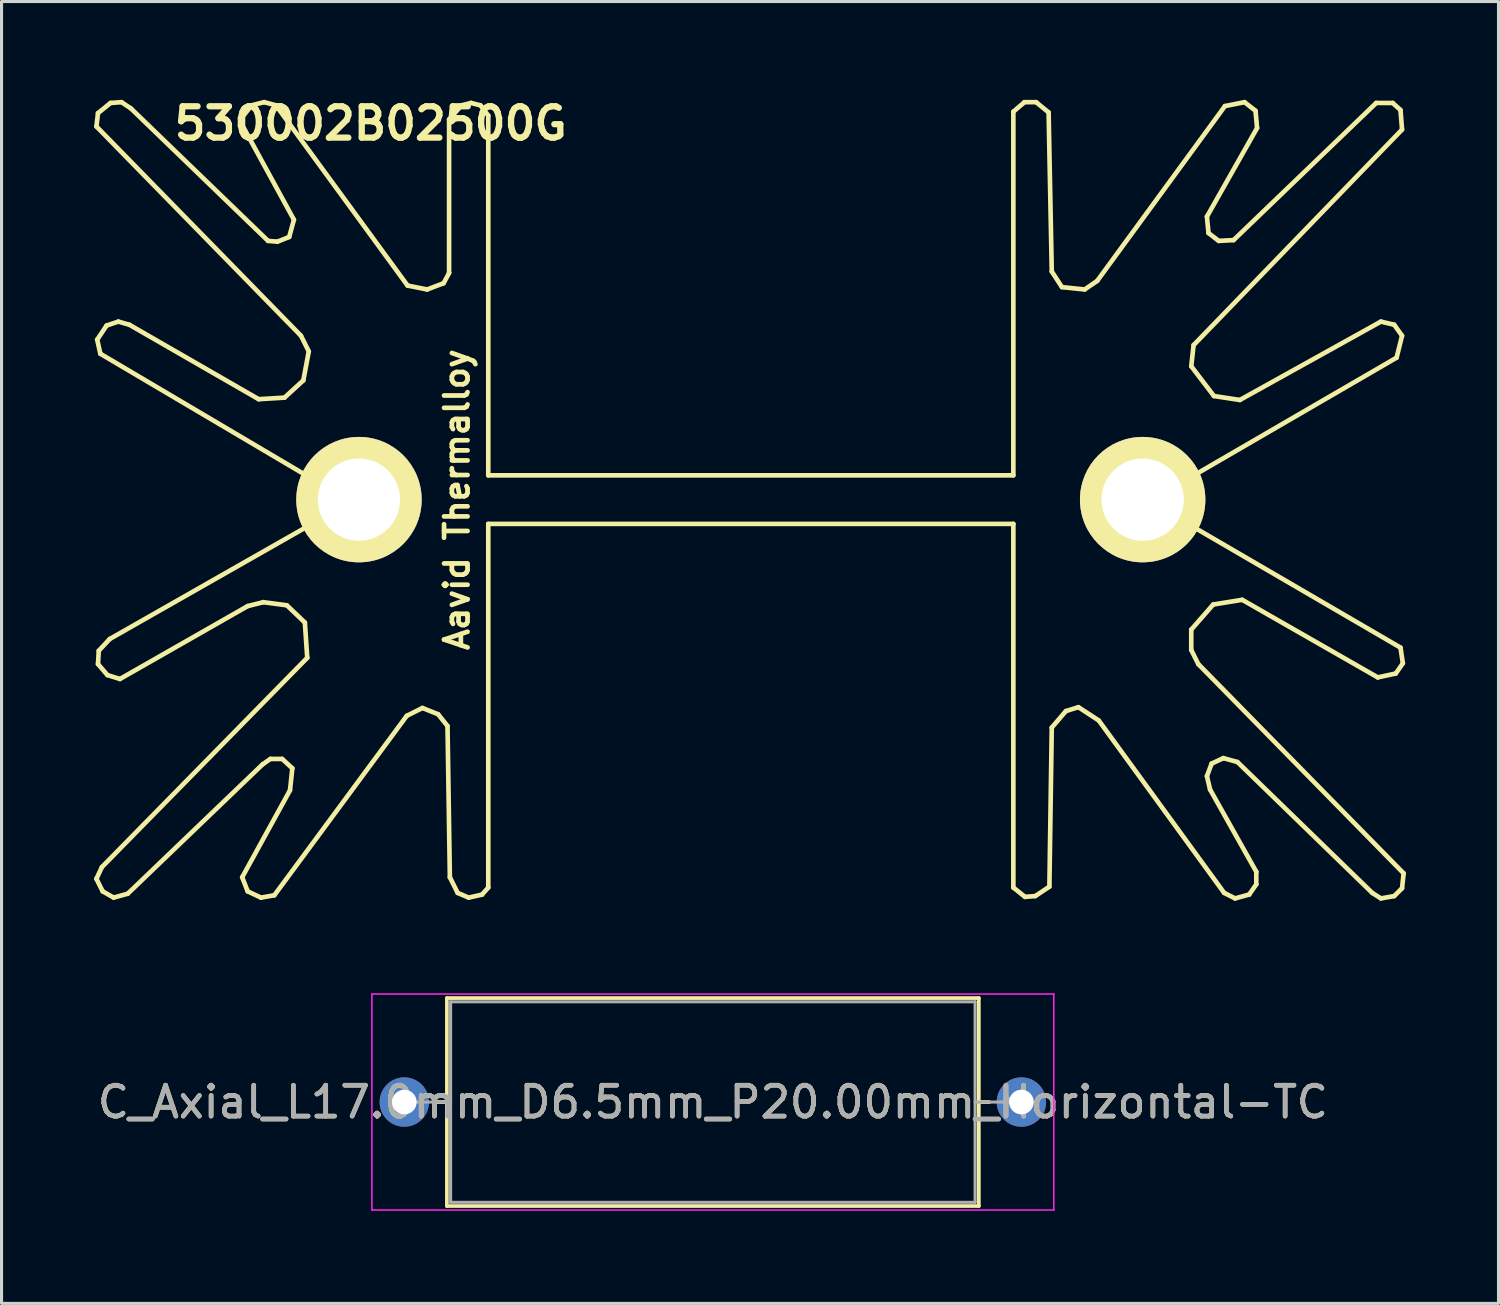
<source format=kicad_pcb>
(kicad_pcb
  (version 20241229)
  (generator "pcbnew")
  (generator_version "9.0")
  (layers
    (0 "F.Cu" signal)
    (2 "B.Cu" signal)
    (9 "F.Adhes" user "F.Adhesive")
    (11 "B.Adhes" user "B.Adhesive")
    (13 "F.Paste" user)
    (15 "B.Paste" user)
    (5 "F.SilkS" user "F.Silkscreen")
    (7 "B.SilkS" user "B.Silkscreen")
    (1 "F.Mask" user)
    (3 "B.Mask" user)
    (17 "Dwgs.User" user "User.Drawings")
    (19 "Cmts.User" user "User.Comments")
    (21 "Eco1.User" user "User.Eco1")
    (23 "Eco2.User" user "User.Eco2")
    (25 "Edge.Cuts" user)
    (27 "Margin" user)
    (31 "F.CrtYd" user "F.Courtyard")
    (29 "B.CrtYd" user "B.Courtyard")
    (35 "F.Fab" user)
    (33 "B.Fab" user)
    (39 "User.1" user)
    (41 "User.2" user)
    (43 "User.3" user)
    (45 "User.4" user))
  (footprint "530002B02500G"
    (layer "F.Cu")
    (at 21.284 13.143)
    (property "Reference" "530002B02500G" (at -12.319 -12.192 0) (layer "F.SilkS") (effects (font (size 1.016 1.016) (thickness 0.203))))
    (attr through_hole)
    (fp_line (start -21.209 -12.094) (end -21.158 -12.526) (stroke (width 0.15) (type solid)) (layer "F.SilkS"))
    (fp_line (start -21.209 12.29) (end -21.031 11.909) (stroke (width 0.15) (type solid)) (layer "F.SilkS"))
    (fp_line (start -21.184 -5.185) (end -20.879 -5.643) (stroke (width 0.15) (type solid)) (layer "F.SilkS"))
    (fp_line (start -21.158 -12.526) (end -20.752 -12.856) (stroke (width 0.15) (type solid)) (layer "F.SilkS"))
    (fp_line (start -21.158 5.33) (end -21.133 4.898) (stroke (width 0.15) (type solid)) (layer "F.SilkS"))
    (fp_line (start -21.133 4.898) (end -20.777 4.517) (stroke (width 0.15) (type solid)) (layer "F.SilkS"))
    (fp_line (start -21.082 -4.728) (end -21.184 -5.185) (stroke (width 0.15) (type solid)) (layer "F.SilkS"))
    (fp_line (start -21.031 11.909) (end -14.376 5.127) (stroke (width 0.15) (type solid)) (layer "F.SilkS"))
    (fp_line (start -21.006 12.696) (end -21.209 12.29) (stroke (width 0.15) (type solid)) (layer "F.SilkS"))
    (fp_line (start -20.879 -5.643) (end -20.498 -5.77) (stroke (width 0.15) (type solid)) (layer "F.SilkS"))
    (fp_line (start -20.853 5.686) (end -21.158 5.33) (stroke (width 0.15) (type solid)) (layer "F.SilkS"))
    (fp_line (start -20.777 4.517) (end -13.818 0.555) (stroke (width 0.15) (type solid)) (layer "F.SilkS"))
    (fp_line (start -20.752 -12.856) (end -20.396 -12.882) (stroke (width 0.15) (type solid)) (layer "F.SilkS"))
    (fp_line (start -20.65 12.899) (end -21.006 12.696) (stroke (width 0.15) (type solid)) (layer "F.SilkS"))
    (fp_line (start -20.498 -5.77) (end -20.142 -5.668) (stroke (width 0.15) (type solid)) (layer "F.SilkS"))
    (fp_line (start -20.447 5.813) (end -20.853 5.686) (stroke (width 0.15) (type solid)) (layer "F.SilkS"))
    (fp_line (start -20.396 -12.882) (end -20.091 -12.678) (stroke (width 0.15) (type solid)) (layer "F.SilkS"))
    (fp_line (start -20.193 12.772) (end -20.65 12.899) (stroke (width 0.15) (type solid)) (layer "F.SilkS"))
    (fp_line (start -20.142 -5.668) (end -15.951 -3.255) (stroke (width 0.15) (type solid)) (layer "F.SilkS"))
    (fp_line (start -20.091 -12.678) (end -15.646 -8.386) (stroke (width 0.15) (type solid)) (layer "F.SilkS"))
    (fp_line (start -16.485 12.239) (end -14.935 9.42) (stroke (width 0.15) (type solid)) (layer "F.SilkS"))
    (fp_line (start -16.459 -12.424) (end -16.18 -12.78) (stroke (width 0.15) (type solid)) (layer "F.SilkS"))
    (fp_line (start -16.459 -12.094) (end -16.459 -12.424) (stroke (width 0.15) (type solid)) (layer "F.SilkS"))
    (fp_line (start -16.307 3.451) (end -20.447 5.813) (stroke (width 0.15) (type solid)) (layer "F.SilkS"))
    (fp_line (start -16.307 12.696) (end -16.485 12.239) (stroke (width 0.15) (type solid)) (layer "F.SilkS"))
    (fp_line (start -16.18 -12.78) (end -15.773 -12.882) (stroke (width 0.15) (type solid)) (layer "F.SilkS"))
    (fp_line (start -15.951 -3.255) (end -15.113 -3.306) (stroke (width 0.15) (type solid)) (layer "F.SilkS"))
    (fp_line (start -15.875 12.899) (end -16.307 12.696) (stroke (width 0.15) (type solid)) (layer "F.SilkS"))
    (fp_line (start -15.824 8.581) (end -20.193 12.772) (stroke (width 0.15) (type solid)) (layer "F.SilkS"))
    (fp_line (start -15.799 3.324) (end -16.307 3.451) (stroke (width 0.15) (type solid)) (layer "F.SilkS"))
    (fp_line (start -15.773 -12.882) (end -15.392 -12.78) (stroke (width 0.15) (type solid)) (layer "F.SilkS"))
    (fp_line (start -15.646 -8.386) (end -15.342 -8.36) (stroke (width 0.15) (type solid)) (layer "F.SilkS"))
    (fp_line (start -15.57 8.404) (end -15.824 8.581) (stroke (width 0.15) (type solid)) (layer "F.SilkS"))
    (fp_line (start -15.443 12.823) (end -15.875 12.899) (stroke (width 0.15) (type solid)) (layer "F.SilkS"))
    (fp_line (start -15.392 -12.78) (end -11.125 -6.938) (stroke (width 0.15) (type solid)) (layer "F.SilkS"))
    (fp_line (start -15.342 -8.36) (end -14.961 -8.513) (stroke (width 0.15) (type solid)) (layer "F.SilkS"))
    (fp_line (start -15.189 8.404) (end -15.57 8.404) (stroke (width 0.15) (type solid)) (layer "F.SilkS"))
    (fp_line (start -15.113 -3.306) (end -14.503 -3.865) (stroke (width 0.15) (type solid)) (layer "F.SilkS"))
    (fp_line (start -15.037 3.425) (end -15.799 3.324) (stroke (width 0.15) (type solid)) (layer "F.SilkS"))
    (fp_line (start -14.961 -8.513) (end -14.808 -9.072) (stroke (width 0.15) (type solid)) (layer "F.SilkS"))
    (fp_line (start -14.935 9.42) (end -14.859 8.708) (stroke (width 0.15) (type solid)) (layer "F.SilkS"))
    (fp_line (start -14.859 8.708) (end -15.189 8.404) (stroke (width 0.15) (type solid)) (layer "F.SilkS"))
    (fp_line (start -14.808 -9.072) (end -16.459 -12.094) (stroke (width 0.15) (type solid)) (layer "F.SilkS"))
    (fp_line (start -14.58 -5.312) (end -21.209 -12.094) (stroke (width 0.15) (type solid)) (layer "F.SilkS"))
    (fp_line (start -14.503 -3.865) (end -14.326 -4.804) (stroke (width 0.15) (type solid)) (layer "F.SilkS"))
    (fp_line (start -14.453 3.984) (end -15.037 3.425) (stroke (width 0.15) (type solid)) (layer "F.SilkS"))
    (fp_line (start -14.376 5.127) (end -14.453 3.984) (stroke (width 0.15) (type solid)) (layer "F.SilkS"))
    (fp_line (start -14.326 -4.804) (end -14.58 -5.312) (stroke (width 0.15) (type solid)) (layer "F.SilkS"))
    (fp_line (start -13.818 -0.436) (end -21.082 -4.728) (stroke (width 0.15) (type solid)) (layer "F.SilkS"))
    (fp_line (start -11.151 7.007) (end -15.443 12.823) (stroke (width 0.15) (type solid)) (layer "F.SilkS"))
    (fp_line (start -11.125 -6.938) (end -10.49 -6.811) (stroke (width 0.15) (type solid)) (layer "F.SilkS"))
    (fp_line (start -10.643 6.753) (end -11.151 7.007) (stroke (width 0.15) (type solid)) (layer "F.SilkS"))
    (fp_line (start -10.49 -6.811) (end -9.957 -7.014) (stroke (width 0.15) (type solid)) (layer "F.SilkS"))
    (fp_line (start -10.135 6.956) (end -10.643 6.753) (stroke (width 0.15) (type solid)) (layer "F.SilkS"))
    (fp_line (start -9.957 -7.014) (end -9.779 -7.344) (stroke (width 0.15) (type solid)) (layer "F.SilkS"))
    (fp_line (start -9.83 7.337) (end -10.135 6.956) (stroke (width 0.15) (type solid)) (layer "F.SilkS"))
    (fp_line (start -9.779 -12.323) (end -9.373 -12.78) (stroke (width 0.15) (type solid)) (layer "F.SilkS"))
    (fp_line (start -9.779 -7.344) (end -9.779 -12.323) (stroke (width 0.15) (type solid)) (layer "F.SilkS"))
    (fp_line (start -9.754 12.239) (end -9.83 7.337) (stroke (width 0.15) (type solid)) (layer "F.SilkS"))
    (fp_line (start -9.5 12.747) (end -9.754 12.239) (stroke (width 0.15) (type solid)) (layer "F.SilkS"))
    (fp_line (start -9.373 -12.78) (end -9.068 -12.856) (stroke (width 0.15) (type solid)) (layer "F.SilkS"))
    (fp_line (start -9.144 12.899) (end -9.5 12.747) (stroke (width 0.15) (type solid)) (layer "F.SilkS"))
    (fp_line (start -9.068 -12.856) (end -8.763 -12.78) (stroke (width 0.15) (type solid)) (layer "F.SilkS"))
    (fp_line (start -8.712 12.802) (end -9.144 12.899) (stroke (width 0.15) (type solid)) (layer "F.SilkS"))
    (fp_line (start -8.712 12.802) (end -8.509 12.573) (stroke (width 0.15) (type solid)) (layer "F.SilkS"))
    (fp_line (start -8.509 -12.446) (end -8.763 -12.776) (stroke (width 0.15) (type solid)) (layer "F.SilkS"))
    (fp_line (start -8.509 -0.787) (end -8.509 -12.446) (stroke (width 0.15) (type solid)) (layer "F.SilkS"))
    (fp_line (start -8.509 -0.787) (end 8.509 -0.787) (stroke (width 0.15) (type solid)) (layer "F.SilkS"))
    (fp_line (start -8.509 0.787) (end -8.509 12.573) (stroke (width 0.15) (type solid)) (layer "F.SilkS"))
    (fp_line (start -8.509 0.787) (end 8.509 0.787) (stroke (width 0.15) (type solid)) (layer "F.SilkS"))
    (fp_line (start 8.509 -0.787) (end 8.509 -12.573) (stroke (width 0.15) (type solid)) (layer "F.SilkS"))
    (fp_line (start 8.509 0.787) (end 8.509 12.573) (stroke (width 0.15) (type solid)) (layer "F.SilkS"))
    (fp_line (start 8.865 -12.882) (end 9.246 -12.882) (stroke (width 0.15) (type solid)) (layer "F.SilkS"))
    (fp_line (start 8.865 -12.878) (end 8.509 -12.573) (stroke (width 0.15) (type solid)) (layer "F.SilkS"))
    (fp_line (start 8.89 12.878) (end 8.509 12.573) (stroke (width 0.15) (type solid)) (layer "F.SilkS"))
    (fp_line (start 9.22 12.849) (end 8.89 12.874) (stroke (width 0.15) (type solid)) (layer "F.SilkS"))
    (fp_line (start 9.246 -12.882) (end 9.652 -12.551) (stroke (width 0.15) (type solid)) (layer "F.SilkS"))
    (fp_line (start 9.652 -12.551) (end 9.754 -7.395) (stroke (width 0.15) (type solid)) (layer "F.SilkS"))
    (fp_line (start 9.677 12.544) (end 9.22 12.849) (stroke (width 0.15) (type solid)) (layer "F.SilkS"))
    (fp_line (start 9.754 -7.395) (end 10.084 -6.887) (stroke (width 0.15) (type solid)) (layer "F.SilkS"))
    (fp_line (start 9.754 7.388) (end 9.677 12.544) (stroke (width 0.15) (type solid)) (layer "F.SilkS"))
    (fp_line (start 10.084 -6.887) (end 10.82 -6.811) (stroke (width 0.15) (type solid)) (layer "F.SilkS"))
    (fp_line (start 10.211 6.854) (end 9.754 7.388) (stroke (width 0.15) (type solid)) (layer "F.SilkS"))
    (fp_line (start 10.617 6.727) (end 10.211 6.854) (stroke (width 0.15) (type solid)) (layer "F.SilkS"))
    (fp_line (start 10.82 -6.811) (end 11.227 -7.09) (stroke (width 0.15) (type solid)) (layer "F.SilkS"))
    (fp_line (start 11.227 -7.09) (end 15.367 -12.755) (stroke (width 0.15) (type solid)) (layer "F.SilkS"))
    (fp_line (start 11.278 7.159) (end 10.617 6.727) (stroke (width 0.15) (type solid)) (layer "F.SilkS"))
    (fp_line (start 13.818 0.58) (end 21.057 4.797) (stroke (width 0.15) (type solid)) (layer "F.SilkS"))
    (fp_line (start 14.275 -4.322) (end 15.011 -3.357) (stroke (width 0.15) (type solid)) (layer "F.SilkS"))
    (fp_line (start 14.275 4.213) (end 14.275 4.873) (stroke (width 0.15) (type solid)) (layer "F.SilkS"))
    (fp_line (start 14.275 4.873) (end 14.503 5.33) (stroke (width 0.15) (type solid)) (layer "F.SilkS"))
    (fp_line (start 14.351 -5.008) (end 14.275 -4.322) (stroke (width 0.15) (type solid)) (layer "F.SilkS"))
    (fp_line (start 14.503 5.33) (end 21.158 12.112) (stroke (width 0.15) (type solid)) (layer "F.SilkS"))
    (fp_line (start 14.783 -9.173) (end 14.834 -8.64) (stroke (width 0.15) (type solid)) (layer "F.SilkS"))
    (fp_line (start 14.783 8.962) (end 14.884 9.394) (stroke (width 0.15) (type solid)) (layer "F.SilkS"))
    (fp_line (start 14.834 -8.64) (end 15.164 -8.386) (stroke (width 0.15) (type solid)) (layer "F.SilkS"))
    (fp_line (start 14.884 9.394) (end 16.383 12.061) (stroke (width 0.15) (type solid)) (layer "F.SilkS"))
    (fp_line (start 14.935 8.556) (end 14.783 8.962) (stroke (width 0.15) (type solid)) (layer "F.SilkS"))
    (fp_line (start 14.986 3.4) (end 14.275 4.213) (stroke (width 0.15) (type solid)) (layer "F.SilkS"))
    (fp_line (start 15.011 -3.357) (end 15.85 -3.23) (stroke (width 0.15) (type solid)) (layer "F.SilkS"))
    (fp_line (start 15.164 -8.386) (end 15.646 -8.411) (stroke (width 0.15) (type solid)) (layer "F.SilkS"))
    (fp_line (start 15.316 8.378) (end 14.935 8.556) (stroke (width 0.15) (type solid)) (layer "F.SilkS"))
    (fp_line (start 15.342 12.747) (end 11.278 7.159) (stroke (width 0.15) (type solid)) (layer "F.SilkS"))
    (fp_line (start 15.367 -12.755) (end 16.002 -12.882) (stroke (width 0.15) (type solid)) (layer "F.SilkS"))
    (fp_line (start 15.646 -8.411) (end 20.269 -12.856) (stroke (width 0.15) (type solid)) (layer "F.SilkS"))
    (fp_line (start 15.697 12.925) (end 15.342 12.747) (stroke (width 0.15) (type solid)) (layer "F.SilkS"))
    (fp_line (start 15.773 8.505) (end 15.316 8.378) (stroke (width 0.15) (type solid)) (layer "F.SilkS"))
    (fp_line (start 15.85 -3.23) (end 20.422 -5.77) (stroke (width 0.15) (type solid)) (layer "F.SilkS"))
    (fp_line (start 15.926 3.247) (end 14.986 3.4) (stroke (width 0.15) (type solid)) (layer "F.SilkS"))
    (fp_line (start 16.002 -12.882) (end 16.358 -12.602) (stroke (width 0.15) (type solid)) (layer "F.SilkS"))
    (fp_line (start 16.154 12.798) (end 15.697 12.925) (stroke (width 0.15) (type solid)) (layer "F.SilkS"))
    (fp_line (start 16.358 -12.602) (end 16.408 -12.043) (stroke (width 0.15) (type solid)) (layer "F.SilkS"))
    (fp_line (start 16.383 12.061) (end 16.383 12.468) (stroke (width 0.15) (type solid)) (layer "F.SilkS"))
    (fp_line (start 16.383 12.468) (end 16.154 12.798) (stroke (width 0.15) (type solid)) (layer "F.SilkS"))
    (fp_line (start 16.408 -12.043) (end 14.783 -9.173) (stroke (width 0.15) (type solid)) (layer "F.SilkS"))
    (fp_line (start 20.142 12.747) (end 15.773 8.505) (stroke (width 0.15) (type solid)) (layer "F.SilkS"))
    (fp_line (start 20.269 -12.856) (end 20.803 -12.856) (stroke (width 0.15) (type solid)) (layer "F.SilkS"))
    (fp_line (start 20.32 5.762) (end 15.926 3.247) (stroke (width 0.15) (type solid)) (layer "F.SilkS"))
    (fp_line (start 20.422 -5.77) (end 20.853 -5.668) (stroke (width 0.15) (type solid)) (layer "F.SilkS"))
    (fp_line (start 20.422 12.925) (end 20.142 12.747) (stroke (width 0.15) (type solid)) (layer "F.SilkS"))
    (fp_line (start 20.803 -12.856) (end 21.057 -12.628) (stroke (width 0.15) (type solid)) (layer "F.SilkS"))
    (fp_line (start 20.853 -5.668) (end 21.107 -5.312) (stroke (width 0.15) (type solid)) (layer "F.SilkS"))
    (fp_line (start 20.853 12.849) (end 20.422 12.925) (stroke (width 0.15) (type solid)) (layer "F.SilkS"))
    (fp_line (start 20.904 5.635) (end 20.32 5.762) (stroke (width 0.15) (type solid)) (layer "F.SilkS"))
    (fp_line (start 20.93 -4.601) (end 13.843 -0.486) (stroke (width 0.15) (type solid)) (layer "F.SilkS"))
    (fp_line (start 21.057 -12.628) (end 21.107 -11.993) (stroke (width 0.15) (type solid)) (layer "F.SilkS"))
    (fp_line (start 21.057 4.797) (end 21.133 5.305) (stroke (width 0.15) (type solid)) (layer "F.SilkS"))
    (fp_line (start 21.107 -11.993) (end 14.351 -5.008) (stroke (width 0.15) (type solid)) (layer "F.SilkS"))
    (fp_line (start 21.107 -5.312) (end 20.93 -4.601) (stroke (width 0.15) (type solid)) (layer "F.SilkS"))
    (fp_line (start 21.107 12.595) (end 20.853 12.849) (stroke (width 0.15) (type solid)) (layer "F.SilkS"))
    (fp_line (start 21.133 5.305) (end 20.904 5.635) (stroke (width 0.15) (type solid)) (layer "F.SilkS"))
    (fp_line (start 21.158 12.112) (end 21.107 12.595) (stroke (width 0.15) (type solid)) (layer "F.SilkS"))
    (fp_text user "Aavid Thermalloy" (at -9.525 0 90) (layer "F.SilkS") (effects (font (size 0.762 0.762) (thickness 0.152))))
    (pad "1" thru_hole circle (at -12.7 0) (size 4.064 4.064) (drill 2.667) (layers "*.Cu" "*.Mask" "F.SilkS"))
    (pad "2" thru_hole circle (at 12.7 0) (size 4.064 4.064) (drill 2.667) (layers "*.Cu" "*.Mask" "F.SilkS")))
  (footprint "C_Axial_L17.0mm_D6.5mm_P20.00mm_Horizontal-TC"
    (layer "F.Cu")
    (at 10.054 32.668)
    (property "Reference" "C_Axial_L17.0mm_D6.5mm_P20.00mm_Horizontal-TC" (at 10 0 0) (layer "F.SilkS") (effects (font (size 1 1) (thickness 0.15))))
    (attr through_hole)
    (fp_line (start 1.04 0) (end 1.38 0) (stroke (width 0.12) (type solid)) (layer "F.SilkS"))
    (fp_line (start 1.38 -3.37) (end 1.38 3.37) (stroke (width 0.12) (type solid)) (layer "F.SilkS"))
    (fp_line (start 1.38 3.37) (end 18.62 3.37) (stroke (width 0.12) (type solid)) (layer "F.SilkS"))
    (fp_line (start 18.62 -3.37) (end 1.38 -3.37) (stroke (width 0.12) (type solid)) (layer "F.SilkS"))
    (fp_line (start 18.62 3.37) (end 18.62 -3.37) (stroke (width 0.12) (type solid)) (layer "F.SilkS"))
    (fp_line (start 18.96 0) (end 18.62 0) (stroke (width 0.12) (type solid)) (layer "F.SilkS"))
    (fp_line (start -1.05 -3.5) (end -1.05 3.5) (stroke (width 0.05) (type solid)) (layer "F.CrtYd"))
    (fp_line (start -1.05 3.5) (end 21.05 3.5) (stroke (width 0.05) (type solid)) (layer "F.CrtYd"))
    (fp_line (start 21.05 -3.5) (end -1.05 -3.5) (stroke (width 0.05) (type solid)) (layer "F.CrtYd"))
    (fp_line (start 21.05 3.5) (end 21.05 -3.5) (stroke (width 0.05) (type solid)) (layer "F.CrtYd"))
    (fp_line (start 0 0) (end 1.5 0) (stroke (width 0.1) (type solid)) (layer "F.Fab"))
    (fp_line (start 1.5 -3.25) (end 1.5 3.25) (stroke (width 0.1) (type solid)) (layer "F.Fab"))
    (fp_line (start 1.5 3.25) (end 18.5 3.25) (stroke (width 0.1) (type solid)) (layer "F.Fab"))
    (fp_line (start 18.5 -3.25) (end 1.5 -3.25) (stroke (width 0.1) (type solid)) (layer "F.Fab"))
    (fp_line (start 18.5 3.25) (end 18.5 -3.25) (stroke (width 0.1) (type solid)) (layer "F.Fab"))
    (fp_line (start 20 0) (end 18.5 0) (stroke (width 0.1) (type solid)) (layer "F.Fab"))
    (fp_text user "${REFERENCE}" (at 10 0 0) (layer "F.Fab") (effects (font (size 1 1) (thickness 0.15))))
    (pad "1" thru_hole circle (at 0 0) (size 1.6 1.6) (drill 0.8) (layers "*.Cu" "*.Mask"))
    (pad "2" thru_hole oval (at 20 0) (size 1.6 1.6) (drill 0.8) (layers "*.Cu" "*.Mask")))
  (gr_rect
    (start -3 -3)
    (end 45.517 39.193)
    (stroke (width 0.1) (type default))
    (fill no)
    (layer "Edge.Cuts")))
</source>
